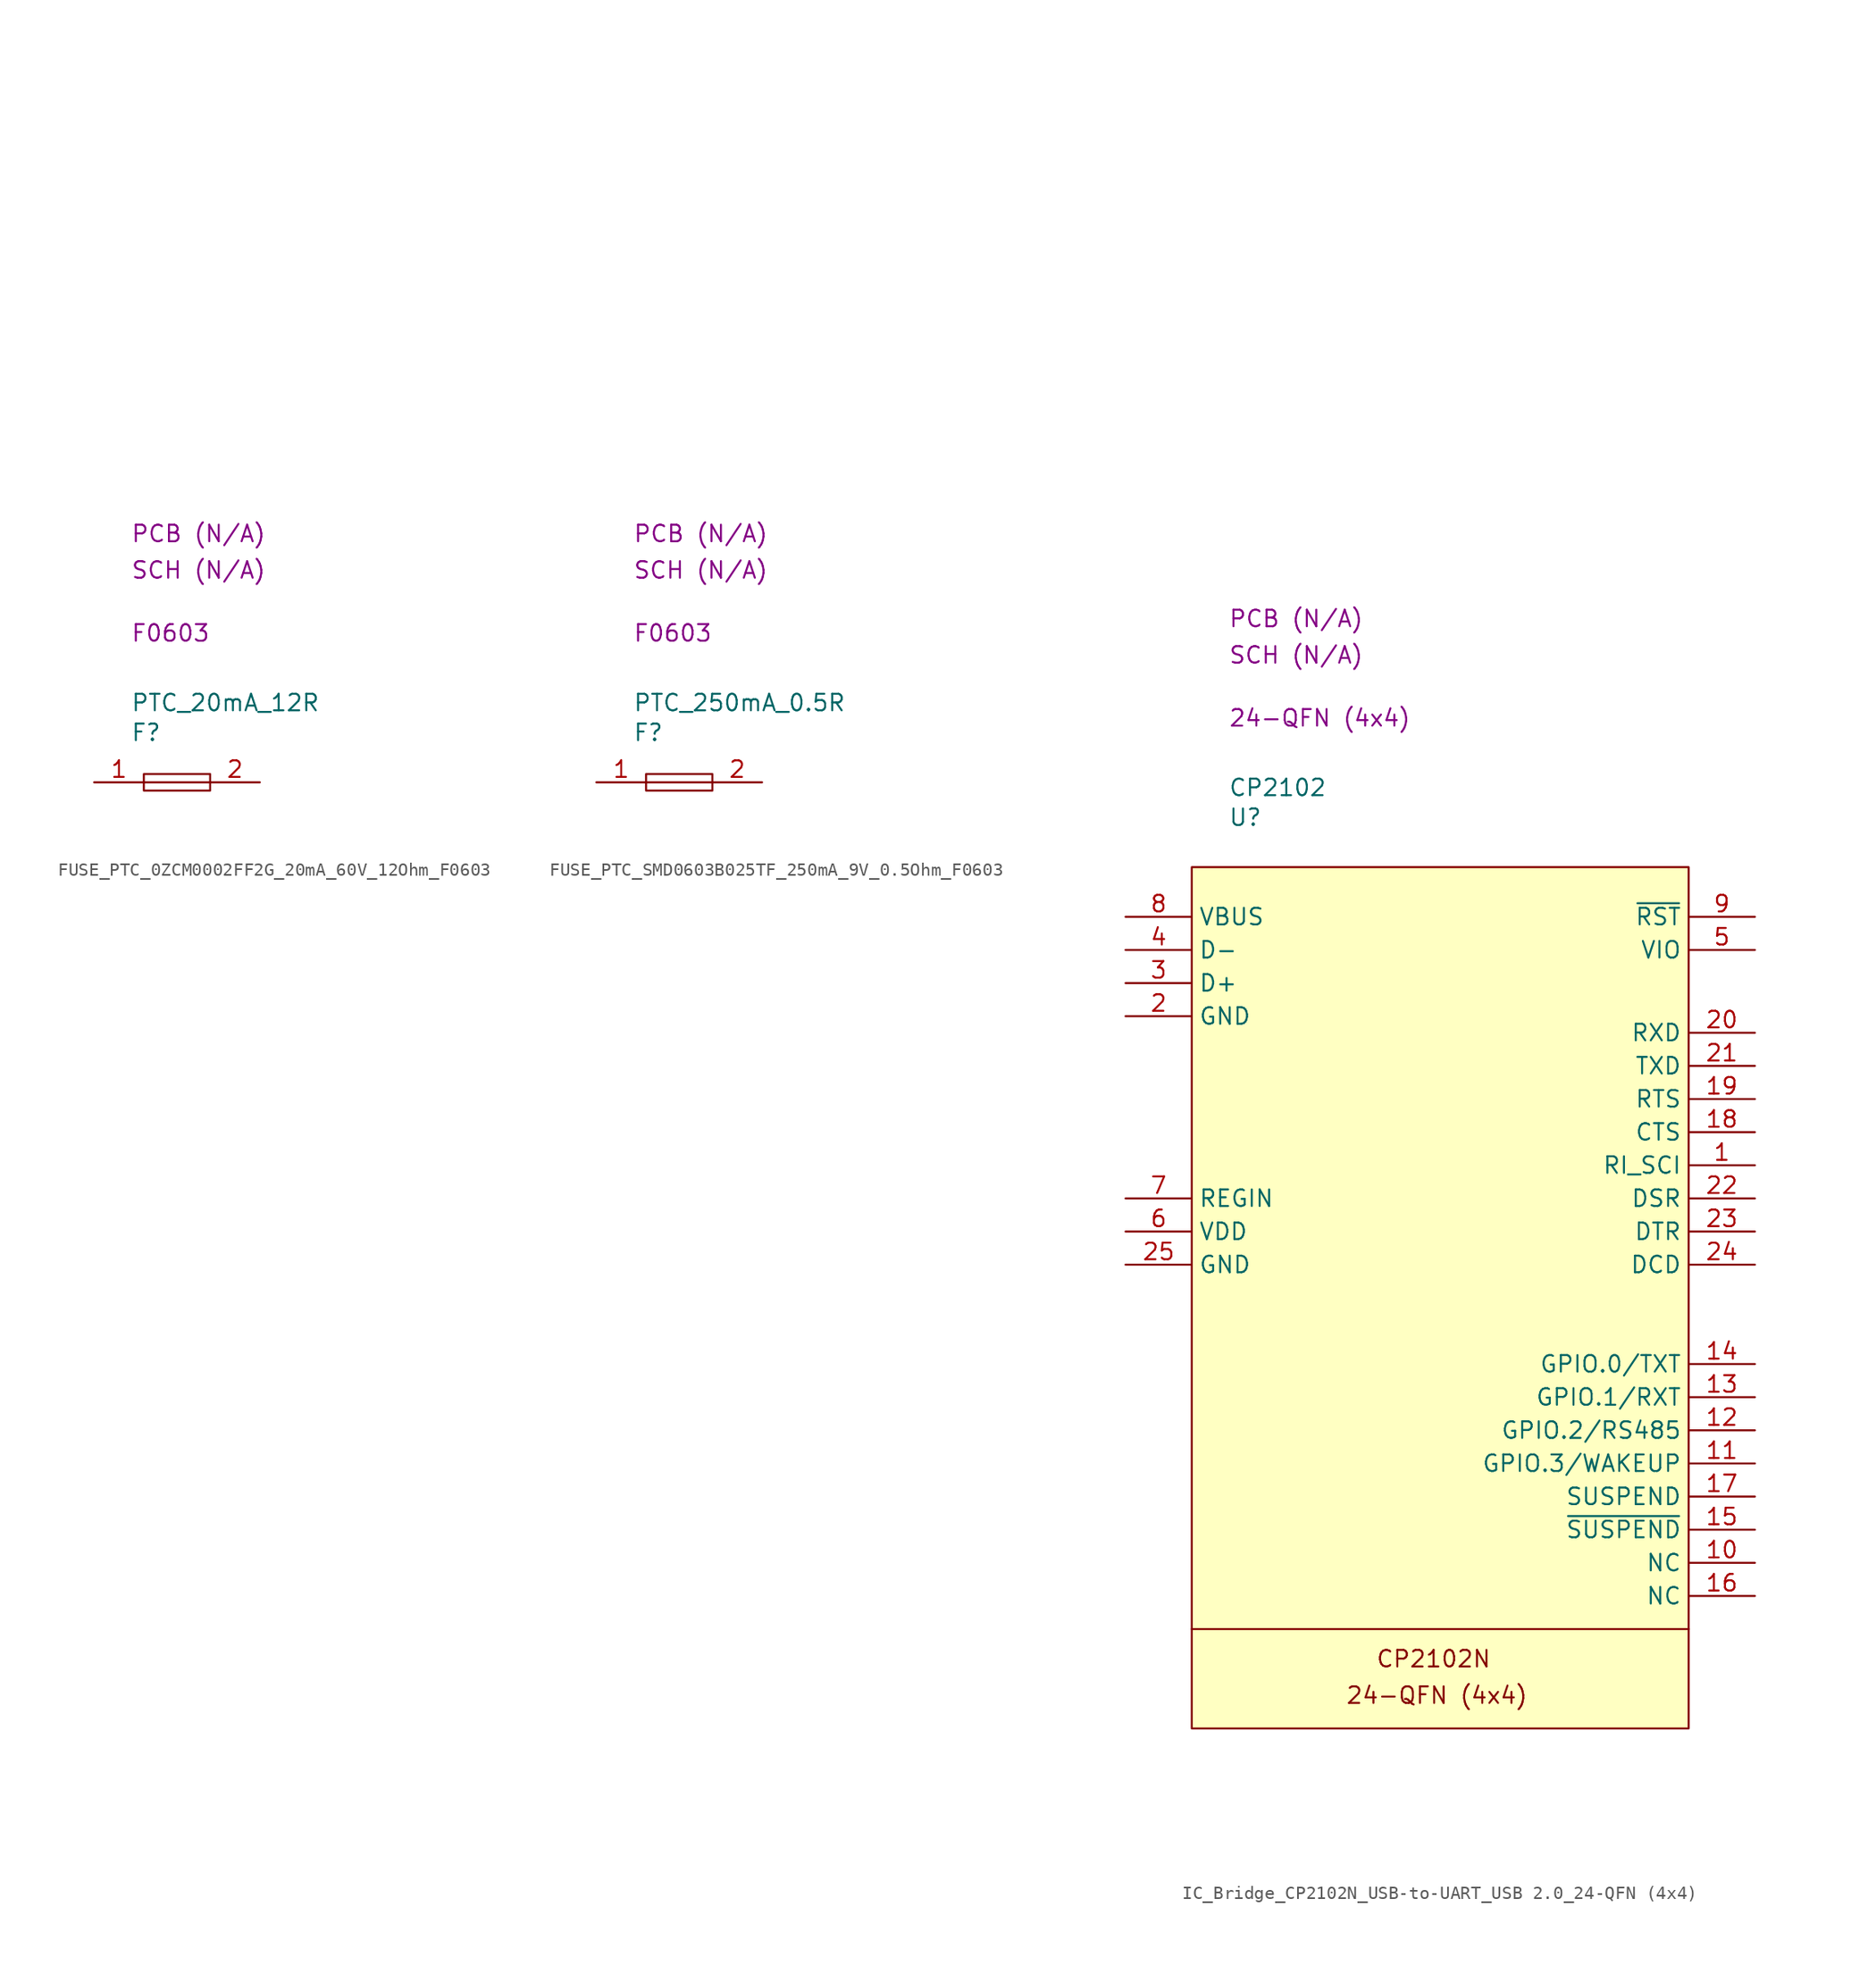
<source format=kicad_sym>
(kicad_symbol_lib
  (version 20231120)
  (generator "kicad_symbol_editor")
  (generator_version "8.0")
  (symbol "FUSE_PTC_0ZCM0002FF2G_20mA_60V_12Ohm_F0603"
    (property "Reference" "F"
      (at 2.794 3.81 0)
      (effects (font (size 1.27 1.27)) (justify left)))
    (property "Value" "PTC_20mA_12R"
      (at 2.794 6.096 0)
      (effects (font (size 1.27 1.27)) (justify left)))
    (property "Package" "F0603"
      (at 2.794 11.43 0)
      (effects (font (size 1.27 1.27)) (justify left)))
    (property "SCH CHECK" "SCH (N/A)"
      (at 2.794 16.256 0)
      (effects (font (size 1.27 1.27)) (justify left)))
    (property "PCB CHECk" "PCB (N/A)"
      (at 2.794 19.05 0)
      (effects (font (size 1.27 1.27)) (justify left)))
    (symbol "FUSE_PTC_0ZCM0002FF2G_20mA_60V_12Ohm_F0603_0_1"
      (polyline private (pts (xy 2.54 2.54) (xy 27.94 2.54)) (stroke (width 0) (type default)) (fill (type none)))
      (polyline private (pts (xy 2.54 5.08) (xy 27.94 5.08)) (stroke (width 0) (type default)) (fill (type none)))
      (polyline private (pts (xy 2.54 7.62) (xy 27.94 7.62)) (stroke (width 0) (type default)) (fill (type none)))
      (polyline private (pts (xy 2.54 10.16) (xy 27.94 10.16)) (stroke (width 0) (type default)) (fill (type none)))
      (polyline private (pts (xy 2.54 12.7) (xy 27.94 12.7)) (stroke (width 0) (type default)) (fill (type none)))
      (polyline private (pts (xy 2.54 15.24) (xy 27.94 15.24)) (stroke (width 0) (type default)) (fill (type none)))
      (polyline private (pts (xy 2.54 17.78) (xy 27.94 17.78)) (stroke (width 0) (type default)) (fill (type none)))
      (polyline private (pts (xy 2.54 20.32) (xy 27.94 20.32)) (stroke (width 0) (type default)) (fill (type none)))
      (polyline private (pts (xy 2.54 22.86) (xy 27.94 22.86)) (stroke (width 0) (type default)) (fill (type none)))
      (polyline private (pts (xy 2.54 25.4) (xy 27.94 25.4)) (stroke (width 0) (type default)) (fill (type none)))
      (polyline private (pts (xy 2.54 27.94) (xy 27.94 27.94)) (stroke (width 0) (type default)) (fill (type none)))
      (polyline private (pts (xy 2.54 30.48) (xy 27.94 30.48)) (stroke (width 0) (type default)) (fill (type none)))
      (polyline private (pts (xy 2.54 33.02) (xy 27.94 33.02)) (stroke (width 0) (type default)) (fill (type none)))
      (polyline private (pts (xy 2.54 35.56) (xy 27.94 35.56)) (stroke (width 0) (type default)) (fill (type none)))
      (polyline private (pts (xy 2.54 38.1) (xy 27.94 38.1)) (stroke (width 0) (type default)) (fill (type none)))
      (polyline private (pts (xy 2.54 40.64) (xy 27.94 40.64)) (stroke (width 0) (type default)) (fill (type none)))
      (polyline private (pts (xy 2.54 43.18) (xy 27.94 43.18)) (stroke (width 0) (type default)) (fill (type none)))
      (polyline private (pts (xy 2.54 45.72) (xy 27.94 45.72)) (stroke (width 0) (type default)) (fill (type none)))
      (polyline private (pts (xy 2.54 48.26) (xy 27.94 48.26)) (stroke (width 0) (type default)) (fill (type none)))
      (polyline private (pts (xy 2.54 50.8) (xy 27.94 50.8)) (stroke (width 0) (type default)) (fill (type none)))
      (polyline (pts (xy 3.81 0) (xy 8.89 0)) (stroke (width 0) (type default)) (fill (type none)))
      (rectangle (start 3.81 0.635) (end 8.89 -0.635) (stroke (width 0) (type default)) (fill (type none))))
    (symbol "FUSE_PTC_0ZCM0002FF2G_20mA_60V_12Ohm_F0603_1_1"
      (pin passive line (at 0 0 0) (length 3.81) (name "" (effects (font (size 1.27 1.27)))) (number "1" (effects (font (size 1.27 1.27)))))
      (pin passive line (at 12.7 0 180) (length 3.81) (name "" (effects (font (size 1.27 1.27)))) (number "2" (effects (font (size 1.27 1.27)))))))
  (symbol "FUSE_PTC_SMD0603B025TF_250mA_9V_0.5Ohm_F0603"
    (property "Reference" "F"
      (at 2.794 3.81 0)
      (effects (font (size 1.27 1.27)) (justify left)))
    (property "Value" "PTC_250mA_0.5R"
      (at 2.794 6.096 0)
      (effects (font (size 1.27 1.27)) (justify left)))
    (property "Package" "F0603"
      (at 2.794 11.43 0)
      (effects (font (size 1.27 1.27)) (justify left)))
    (property "SCH CHECK" "SCH (N/A)"
      (at 2.794 16.256 0)
      (effects (font (size 1.27 1.27)) (justify left)))
    (property "PCB CHECk" "PCB (N/A)"
      (at 2.794 19.05 0)
      (effects (font (size 1.27 1.27)) (justify left)))
    (symbol "FUSE_PTC_SMD0603B025TF_250mA_9V_0.5Ohm_F0603_0_1"
      (polyline private (pts (xy 2.54 2.54) (xy 27.94 2.54)) (stroke (width 0) (type default)) (fill (type none)))
      (polyline private (pts (xy 2.54 5.08) (xy 27.94 5.08)) (stroke (width 0) (type default)) (fill (type none)))
      (polyline private (pts (xy 2.54 7.62) (xy 27.94 7.62)) (stroke (width 0) (type default)) (fill (type none)))
      (polyline private (pts (xy 2.54 10.16) (xy 27.94 10.16)) (stroke (width 0) (type default)) (fill (type none)))
      (polyline private (pts (xy 2.54 12.7) (xy 27.94 12.7)) (stroke (width 0) (type default)) (fill (type none)))
      (polyline private (pts (xy 2.54 15.24) (xy 27.94 15.24)) (stroke (width 0) (type default)) (fill (type none)))
      (polyline private (pts (xy 2.54 17.78) (xy 27.94 17.78)) (stroke (width 0) (type default)) (fill (type none)))
      (polyline private (pts (xy 2.54 20.32) (xy 27.94 20.32)) (stroke (width 0) (type default)) (fill (type none)))
      (polyline private (pts (xy 2.54 22.86) (xy 27.94 22.86)) (stroke (width 0) (type default)) (fill (type none)))
      (polyline private (pts (xy 2.54 25.4) (xy 27.94 25.4)) (stroke (width 0) (type default)) (fill (type none)))
      (polyline private (pts (xy 2.54 27.94) (xy 27.94 27.94)) (stroke (width 0) (type default)) (fill (type none)))
      (polyline private (pts (xy 2.54 30.48) (xy 27.94 30.48)) (stroke (width 0) (type default)) (fill (type none)))
      (polyline private (pts (xy 2.54 33.02) (xy 27.94 33.02)) (stroke (width 0) (type default)) (fill (type none)))
      (polyline private (pts (xy 2.54 35.56) (xy 27.94 35.56)) (stroke (width 0) (type default)) (fill (type none)))
      (polyline private (pts (xy 2.54 38.1) (xy 27.94 38.1)) (stroke (width 0) (type default)) (fill (type none)))
      (polyline private (pts (xy 2.54 40.64) (xy 27.94 40.64)) (stroke (width 0) (type default)) (fill (type none)))
      (polyline private (pts (xy 2.54 43.18) (xy 27.94 43.18)) (stroke (width 0) (type default)) (fill (type none)))
      (polyline private (pts (xy 2.54 45.72) (xy 27.94 45.72)) (stroke (width 0) (type default)) (fill (type none)))
      (polyline private (pts (xy 2.54 48.26) (xy 27.94 48.26)) (stroke (width 0) (type default)) (fill (type none)))
      (polyline private (pts (xy 2.54 50.8) (xy 27.94 50.8)) (stroke (width 0) (type default)) (fill (type none)))
      (polyline (pts (xy 3.81 0) (xy 8.89 0)) (stroke (width 0) (type default)) (fill (type none)))
      (rectangle (start 3.81 0.635) (end 8.89 -0.635) (stroke (width 0) (type default)) (fill (type none))))
    (symbol "FUSE_PTC_SMD0603B025TF_250mA_9V_0.5Ohm_F0603_1_1"
      (pin passive line (at 0 0 0) (length 3.81) (name "" (effects (font (size 1.27 1.27)))) (number "1" (effects (font (size 1.27 1.27)))))
      (pin passive line (at 12.7 0 180) (length 3.81) (name "" (effects (font (size 1.27 1.27)))) (number "2" (effects (font (size 1.27 1.27)))))))
  (symbol "IC_Bridge_CP2102N_USB-to-UART_USB 2.0_24-QFN (4x4)"
    (property "Reference" "U"
      (at 2.794 3.81 0)
      (effects (font (size 1.27 1.27)) (justify left)))
    (property "Value" "CP2102"
      (at 2.794 6.096 0)
      (effects (font (size 1.27 1.27)) (justify left)))
    (property "Package" "24-QFN (4x4)"
      (at 2.794 11.43 0)
      (effects (font (size 1.27 1.27)) (justify left)))
    (property "SCH CHECK" "SCH (N/A)"
      (at 2.794 16.256 0)
      (effects (font (size 1.27 1.27)) (justify left)))
    (property "PCB CHECk" "PCB (N/A)"
      (at 2.794 19.05 0)
      (effects (font (size 1.27 1.27)) (justify left)))
    (symbol "IC_Bridge_CP2102N_USB-to-UART_USB 2.0_24-QFN (4x4)_0_1"
      (polyline private (pts (xy 2.54 2.54) (xy 27.94 2.54)) (stroke (width 0) (type default)) (fill (type none)))
      (polyline private (pts (xy 2.54 5.08) (xy 27.94 5.08)) (stroke (width 0) (type default)) (fill (type none)))
      (polyline private (pts (xy 2.54 7.62) (xy 27.94 7.62)) (stroke (width 0) (type default)) (fill (type none)))
      (polyline private (pts (xy 2.54 10.16) (xy 27.94 10.16)) (stroke (width 0) (type default)) (fill (type none)))
      (polyline private (pts (xy 2.54 12.7) (xy 27.94 12.7)) (stroke (width 0) (type default)) (fill (type none)))
      (polyline private (pts (xy 2.54 15.24) (xy 27.94 15.24)) (stroke (width 0) (type default)) (fill (type none)))
      (polyline private (pts (xy 2.54 17.78) (xy 27.94 17.78)) (stroke (width 0) (type default)) (fill (type none)))
      (polyline private (pts (xy 2.54 20.32) (xy 27.94 20.32)) (stroke (width 0) (type default)) (fill (type none)))
      (polyline private (pts (xy 2.54 22.86) (xy 27.94 22.86)) (stroke (width 0) (type default)) (fill (type none)))
      (polyline private (pts (xy 2.54 25.4) (xy 27.94 25.4)) (stroke (width 0) (type default)) (fill (type none)))
      (polyline private (pts (xy 2.54 27.94) (xy 27.94 27.94)) (stroke (width 0) (type default)) (fill (type none)))
      (polyline private (pts (xy 2.54 30.48) (xy 27.94 30.48)) (stroke (width 0) (type default)) (fill (type none)))
      (polyline private (pts (xy 2.54 33.02) (xy 27.94 33.02)) (stroke (width 0) (type default)) (fill (type none)))
      (polyline private (pts (xy 2.54 35.56) (xy 27.94 35.56)) (stroke (width 0) (type default)) (fill (type none)))
      (polyline private (pts (xy 2.54 38.1) (xy 27.94 38.1)) (stroke (width 0) (type default)) (fill (type none)))
      (polyline private (pts (xy 2.54 40.64) (xy 27.94 40.64)) (stroke (width 0) (type default)) (fill (type none)))
      (polyline private (pts (xy 2.54 43.18) (xy 27.94 43.18)) (stroke (width 0) (type default)) (fill (type none)))
      (polyline private (pts (xy 2.54 45.72) (xy 27.94 45.72)) (stroke (width 0) (type default)) (fill (type none)))
      (polyline private (pts (xy 2.54 48.26) (xy 27.94 48.26)) (stroke (width 0) (type default)) (fill (type none)))
      (polyline private (pts (xy 2.54 50.8) (xy 27.94 50.8)) (stroke (width 0) (type default)) (fill (type none))))
    (symbol "IC_Bridge_CP2102N_USB-to-UART_USB 2.0_24-QFN (4x4)_1_0"
      (pin passive line (at -5.08 -30.48 0) (length 5.08) (name "GND" (effects (font (size 1.27 1.27)))) (number "25" (effects (font (size 1.27 1.27))))))
    (symbol "IC_Bridge_CP2102N_USB-to-UART_USB 2.0_24-QFN (4x4)_1_1"
      (polyline (pts (xy 38.1 -58.42) (xy 0 -58.42)) (stroke (width 0) (type default)) (fill (type none)))
      (rectangle (start 0 0) (end 38.1 -66.04) (stroke (width 0) (type default)) (fill (type background)))
      (text "24-QFN (4x4)" (at 18.796 -63.5 0) (effects (font (size 1.27 1.27))))
      (text "CP2102N" (at 18.542 -60.706 0) (effects (font (size 1.27 1.27))))
      (pin passive line (at 43.18 -22.86 180) (length 5.08) (name "RI_SCI" (effects (font (size 1.27 1.27)))) (number "1" (effects (font (size 1.27 1.27)))))
      (pin passive line (at 43.18 -53.34 180) (length 5.08) (name "NC" (effects (font (size 1.27 1.27)))) (number "10" (effects (font (size 1.27 1.27)))))
      (pin passive line (at 43.18 -45.72 180) (length 5.08) (name "GPIO.3/WAKEUP" (effects (font (size 1.27 1.27)))) (number "11" (effects (font (size 1.27 1.27)))))
      (pin passive line (at 43.18 -43.18 180) (length 5.08) (name "GPIO.2/RS485" (effects (font (size 1.27 1.27)))) (number "12" (effects (font (size 1.27 1.27)))))
      (pin passive line (at 43.18 -40.64 180) (length 5.08) (name "GPIO.1/RXT" (effects (font (size 1.27 1.27)))) (number "13" (effects (font (size 1.27 1.27)))))
      (pin passive line (at 43.18 -38.1 180) (length 5.08) (name "GPIO.0/TXT" (effects (font (size 1.27 1.27)))) (number "14" (effects (font (size 1.27 1.27)))))
      (pin passive line (at 43.18 -50.8 180) (length 5.08) (name "~{SUSPEND}" (effects (font (size 1.27 1.27)))) (number "15" (effects (font (size 1.27 1.27)))))
      (pin passive line (at 43.18 -55.88 180) (length 5.08) (name "NC" (effects (font (size 1.27 1.27)))) (number "16" (effects (font (size 1.27 1.27)))))
      (pin passive line (at 43.18 -48.26 180) (length 5.08) (name "SUSPEND" (effects (font (size 1.27 1.27)))) (number "17" (effects (font (size 1.27 1.27)))))
      (pin passive line (at 43.18 -20.32 180) (length 5.08) (name "CTS" (effects (font (size 1.27 1.27)))) (number "18" (effects (font (size 1.27 1.27)))))
      (pin passive line (at 43.18 -17.78 180) (length 5.08) (name "RTS" (effects (font (size 1.27 1.27)))) (number "19" (effects (font (size 1.27 1.27)))))
      (pin passive line (at -5.08 -11.43 0) (length 5.08) (name "GND" (effects (font (size 1.27 1.27)))) (number "2" (effects (font (size 1.27 1.27)))))
      (pin passive line (at 43.18 -12.7 180) (length 5.08) (name "RXD" (effects (font (size 1.27 1.27)))) (number "20" (effects (font (size 1.27 1.27)))))
      (pin passive line (at 43.18 -15.24 180) (length 5.08) (name "TXD" (effects (font (size 1.27 1.27)))) (number "21" (effects (font (size 1.27 1.27)))))
      (pin passive line (at 43.18 -25.4 180) (length 5.08) (name "DSR" (effects (font (size 1.27 1.27)))) (number "22" (effects (font (size 1.27 1.27)))))
      (pin passive line (at 43.18 -27.94 180) (length 5.08) (name "DTR" (effects (font (size 1.27 1.27)))) (number "23" (effects (font (size 1.27 1.27)))))
      (pin passive line (at 43.18 -30.48 180) (length 5.08) (name "DCD" (effects (font (size 1.27 1.27)))) (number "24" (effects (font (size 1.27 1.27)))))
      (pin passive line (at -5.08 -8.89 0) (length 5.08) (name "D+" (effects (font (size 1.27 1.27)))) (number "3" (effects (font (size 1.27 1.27)))))
      (pin passive line (at -5.08 -6.35 0) (length 5.08) (name "D-" (effects (font (size 1.27 1.27)))) (number "4" (effects (font (size 1.27 1.27)))))
      (pin passive line (at 43.18 -6.35 180) (length 5.08) (name "VIO" (effects (font (size 1.27 1.27)))) (number "5" (effects (font (size 1.27 1.27)))))
      (pin passive line (at -5.08 -27.94 0) (length 5.08) (name "VDD" (effects (font (size 1.27 1.27)))) (number "6" (effects (font (size 1.27 1.27)))))
      (pin passive line (at -5.08 -25.4 0) (length 5.08) (name "REGIN" (effects (font (size 1.27 1.27)))) (number "7" (effects (font (size 1.27 1.27)))))
      (pin passive line (at -5.08 -3.81 0) (length 5.08) (name "VBUS" (effects (font (size 1.27 1.27)))) (number "8" (effects (font (size 1.27 1.27)))))
      (pin passive line (at 43.18 -3.81 180) (length 5.08) (name "~{RST}" (effects (font (size 1.27 1.27)))) (number "9" (effects (font (size 1.27 1.27))))))))
</source>
